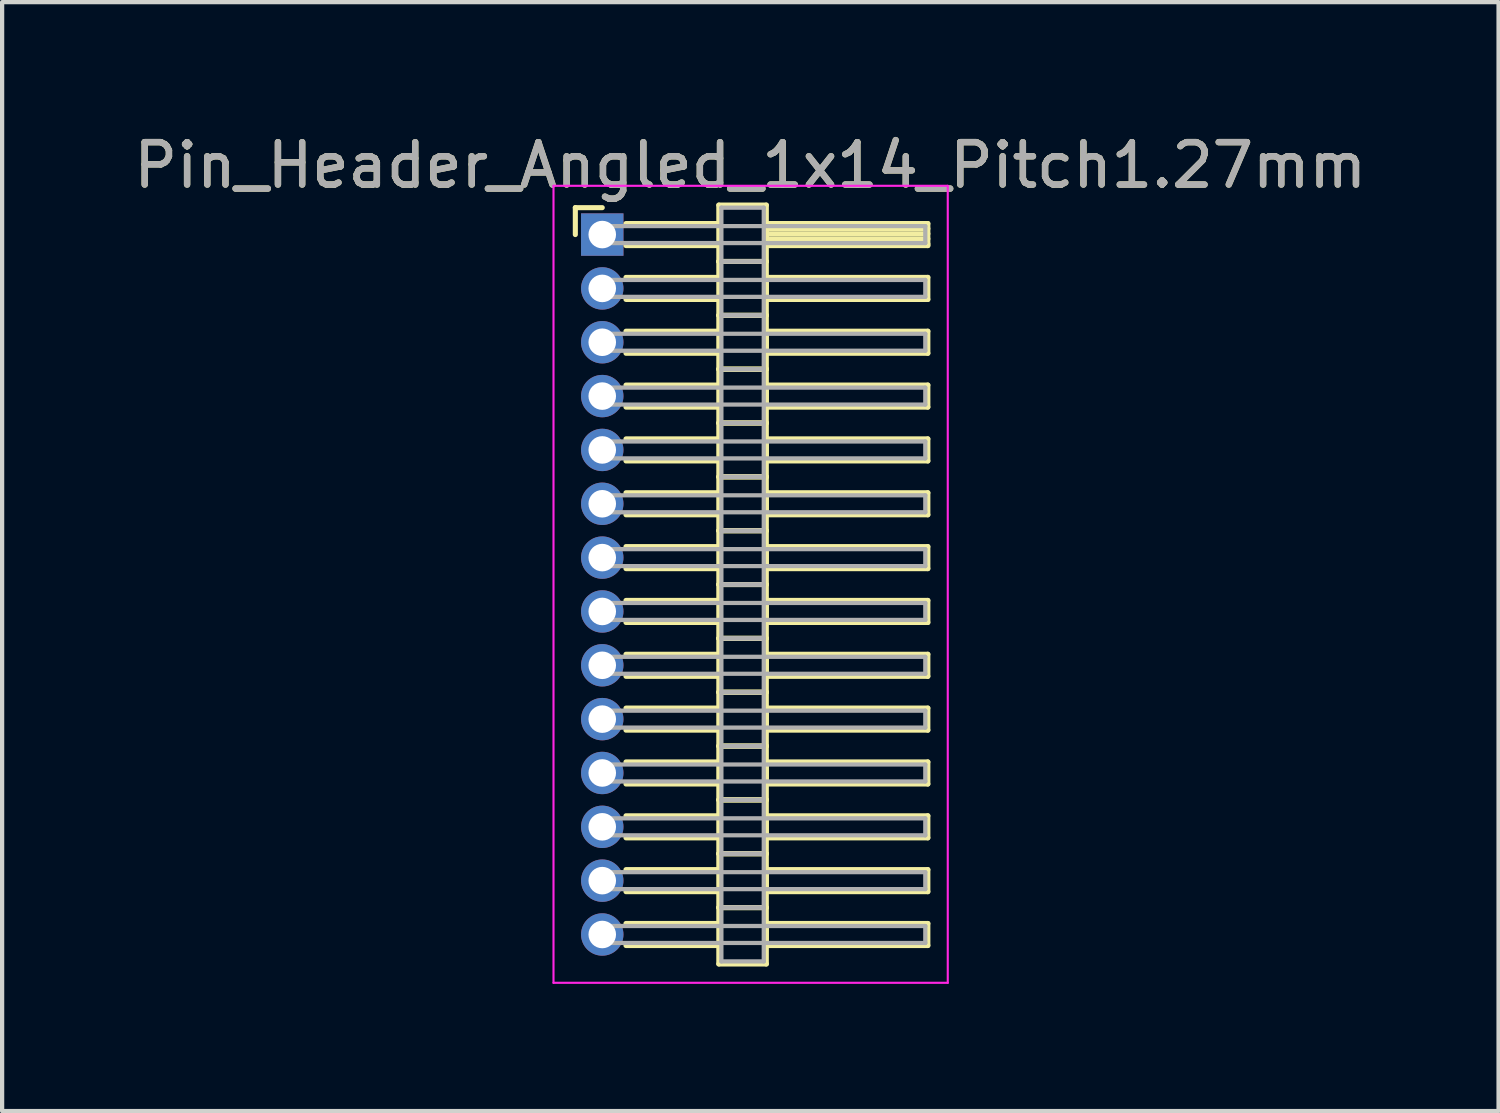
<source format=kicad_pcb>
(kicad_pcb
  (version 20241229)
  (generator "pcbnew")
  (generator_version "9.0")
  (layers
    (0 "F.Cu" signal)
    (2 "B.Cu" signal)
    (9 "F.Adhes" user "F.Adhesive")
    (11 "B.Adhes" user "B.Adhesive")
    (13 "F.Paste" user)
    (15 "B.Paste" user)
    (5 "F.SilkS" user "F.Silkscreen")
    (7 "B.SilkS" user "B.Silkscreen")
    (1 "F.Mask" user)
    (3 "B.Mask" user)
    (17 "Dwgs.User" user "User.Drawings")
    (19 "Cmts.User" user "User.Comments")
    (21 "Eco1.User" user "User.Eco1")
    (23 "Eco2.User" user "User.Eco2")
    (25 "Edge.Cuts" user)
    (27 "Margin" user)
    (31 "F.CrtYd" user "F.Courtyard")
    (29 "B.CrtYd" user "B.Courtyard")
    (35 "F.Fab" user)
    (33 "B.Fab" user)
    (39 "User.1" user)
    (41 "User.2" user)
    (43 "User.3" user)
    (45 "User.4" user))
  (footprint "Pin_Header_Angled_1x14_Pitch1.27mm"
    (layer "F.Cu")
    (at 11.156 2.483)
    (property "Reference" "Pin_Header_Angled_1x14_Pitch1.27mm" (at 3.493 -1.635 0) (layer "F.SilkS") (effects (font (size 1 1) (thickness 0.15))))
    (attr through_hole)
    (fp_line (start -0.635 -0.635) (end 0 -0.635) (stroke (width 0.12) (type solid)) (layer "F.SilkS"))
    (fp_line (start -0.635 0) (end -0.635 -0.635) (stroke (width 0.12) (type solid)) (layer "F.SilkS"))
    (fp_line (start 0.56 -0.26) (end 2.75 -0.26) (stroke (width 0.12) (type solid)) (layer "F.SilkS"))
    (fp_line (start 0.56 0.26) (end 2.75 0.26) (stroke (width 0.12) (type solid)) (layer "F.SilkS"))
    (fp_line (start 0.56 1.01) (end 2.75 1.01) (stroke (width 0.12) (type solid)) (layer "F.SilkS"))
    (fp_line (start 0.56 1.53) (end 2.75 1.53) (stroke (width 0.12) (type solid)) (layer "F.SilkS"))
    (fp_line (start 0.56 2.28) (end 2.75 2.28) (stroke (width 0.12) (type solid)) (layer "F.SilkS"))
    (fp_line (start 0.56 2.8) (end 2.75 2.8) (stroke (width 0.12) (type solid)) (layer "F.SilkS"))
    (fp_line (start 0.56 3.55) (end 2.75 3.55) (stroke (width 0.12) (type solid)) (layer "F.SilkS"))
    (fp_line (start 0.56 4.07) (end 2.75 4.07) (stroke (width 0.12) (type solid)) (layer "F.SilkS"))
    (fp_line (start 0.56 4.82) (end 2.75 4.82) (stroke (width 0.12) (type solid)) (layer "F.SilkS"))
    (fp_line (start 0.56 5.34) (end 2.75 5.34) (stroke (width 0.12) (type solid)) (layer "F.SilkS"))
    (fp_line (start 0.56 6.09) (end 2.75 6.09) (stroke (width 0.12) (type solid)) (layer "F.SilkS"))
    (fp_line (start 0.56 6.61) (end 2.75 6.61) (stroke (width 0.12) (type solid)) (layer "F.SilkS"))
    (fp_line (start 0.56 7.36) (end 2.75 7.36) (stroke (width 0.12) (type solid)) (layer "F.SilkS"))
    (fp_line (start 0.56 7.88) (end 2.75 7.88) (stroke (width 0.12) (type solid)) (layer "F.SilkS"))
    (fp_line (start 0.56 8.63) (end 2.75 8.63) (stroke (width 0.12) (type solid)) (layer "F.SilkS"))
    (fp_line (start 0.56 9.15) (end 2.75 9.15) (stroke (width 0.12) (type solid)) (layer "F.SilkS"))
    (fp_line (start 0.56 9.9) (end 2.75 9.9) (stroke (width 0.12) (type solid)) (layer "F.SilkS"))
    (fp_line (start 0.56 10.42) (end 2.75 10.42) (stroke (width 0.12) (type solid)) (layer "F.SilkS"))
    (fp_line (start 0.56 11.17) (end 2.75 11.17) (stroke (width 0.12) (type solid)) (layer "F.SilkS"))
    (fp_line (start 0.56 11.69) (end 2.75 11.69) (stroke (width 0.12) (type solid)) (layer "F.SilkS"))
    (fp_line (start 0.56 12.44) (end 2.75 12.44) (stroke (width 0.12) (type solid)) (layer "F.SilkS"))
    (fp_line (start 0.56 12.96) (end 2.75 12.96) (stroke (width 0.12) (type solid)) (layer "F.SilkS"))
    (fp_line (start 0.56 13.71) (end 2.75 13.71) (stroke (width 0.12) (type solid)) (layer "F.SilkS"))
    (fp_line (start 0.56 14.23) (end 2.75 14.23) (stroke (width 0.12) (type solid)) (layer "F.SilkS"))
    (fp_line (start 0.56 14.98) (end 2.75 14.98) (stroke (width 0.12) (type solid)) (layer "F.SilkS"))
    (fp_line (start 0.56 15.5) (end 2.75 15.5) (stroke (width 0.12) (type solid)) (layer "F.SilkS"))
    (fp_line (start 0.56 16.25) (end 2.75 16.25) (stroke (width 0.12) (type solid)) (layer "F.SilkS"))
    (fp_line (start 0.56 16.77) (end 2.75 16.77) (stroke (width 0.12) (type solid)) (layer "F.SilkS"))
    (fp_line (start 2.75 -0.695) (end 2.75 0.635) (stroke (width 0.12) (type solid)) (layer "F.SilkS"))
    (fp_line (start 2.75 0.635) (end 2.75 1.905) (stroke (width 0.12) (type solid)) (layer "F.SilkS"))
    (fp_line (start 2.75 0.635) (end 3.87 0.635) (stroke (width 0.12) (type solid)) (layer "F.SilkS"))
    (fp_line (start 2.75 1.905) (end 2.75 3.175) (stroke (width 0.12) (type solid)) (layer "F.SilkS"))
    (fp_line (start 2.75 1.905) (end 3.87 1.905) (stroke (width 0.12) (type solid)) (layer "F.SilkS"))
    (fp_line (start 2.75 3.175) (end 2.75 4.445) (stroke (width 0.12) (type solid)) (layer "F.SilkS"))
    (fp_line (start 2.75 3.175) (end 3.87 3.175) (stroke (width 0.12) (type solid)) (layer "F.SilkS"))
    (fp_line (start 2.75 4.445) (end 2.75 5.715) (stroke (width 0.12) (type solid)) (layer "F.SilkS"))
    (fp_line (start 2.75 4.445) (end 3.87 4.445) (stroke (width 0.12) (type solid)) (layer "F.SilkS"))
    (fp_line (start 2.75 5.715) (end 2.75 6.985) (stroke (width 0.12) (type solid)) (layer "F.SilkS"))
    (fp_line (start 2.75 5.715) (end 3.87 5.715) (stroke (width 0.12) (type solid)) (layer "F.SilkS"))
    (fp_line (start 2.75 6.985) (end 2.75 8.255) (stroke (width 0.12) (type solid)) (layer "F.SilkS"))
    (fp_line (start 2.75 6.985) (end 3.87 6.985) (stroke (width 0.12) (type solid)) (layer "F.SilkS"))
    (fp_line (start 2.75 8.255) (end 2.75 9.525) (stroke (width 0.12) (type solid)) (layer "F.SilkS"))
    (fp_line (start 2.75 8.255) (end 3.87 8.255) (stroke (width 0.12) (type solid)) (layer "F.SilkS"))
    (fp_line (start 2.75 9.525) (end 2.75 10.795) (stroke (width 0.12) (type solid)) (layer "F.SilkS"))
    (fp_line (start 2.75 9.525) (end 3.87 9.525) (stroke (width 0.12) (type solid)) (layer "F.SilkS"))
    (fp_line (start 2.75 10.795) (end 2.75 12.065) (stroke (width 0.12) (type solid)) (layer "F.SilkS"))
    (fp_line (start 2.75 10.795) (end 3.87 10.795) (stroke (width 0.12) (type solid)) (layer "F.SilkS"))
    (fp_line (start 2.75 12.065) (end 2.75 13.335) (stroke (width 0.12) (type solid)) (layer "F.SilkS"))
    (fp_line (start 2.75 12.065) (end 3.87 12.065) (stroke (width 0.12) (type solid)) (layer "F.SilkS"))
    (fp_line (start 2.75 13.335) (end 2.75 14.605) (stroke (width 0.12) (type solid)) (layer "F.SilkS"))
    (fp_line (start 2.75 13.335) (end 3.87 13.335) (stroke (width 0.12) (type solid)) (layer "F.SilkS"))
    (fp_line (start 2.75 14.605) (end 2.75 15.875) (stroke (width 0.12) (type solid)) (layer "F.SilkS"))
    (fp_line (start 2.75 14.605) (end 3.87 14.605) (stroke (width 0.12) (type solid)) (layer "F.SilkS"))
    (fp_line (start 2.75 15.875) (end 2.75 17.205) (stroke (width 0.12) (type solid)) (layer "F.SilkS"))
    (fp_line (start 2.75 15.875) (end 3.87 15.875) (stroke (width 0.12) (type solid)) (layer "F.SilkS"))
    (fp_line (start 2.75 17.205) (end 3.87 17.205) (stroke (width 0.12) (type solid)) (layer "F.SilkS"))
    (fp_line (start 3.87 -0.695) (end 2.75 -0.695) (stroke (width 0.12) (type solid)) (layer "F.SilkS"))
    (fp_line (start 3.87 -0.26) (end 3.87 0.26) (stroke (width 0.12) (type solid)) (layer "F.SilkS"))
    (fp_line (start 3.87 -0.14) (end 7.68 -0.14) (stroke (width 0.12) (type solid)) (layer "F.SilkS"))
    (fp_line (start 3.87 -0.02) (end 7.68 -0.02) (stroke (width 0.12) (type solid)) (layer "F.SilkS"))
    (fp_line (start 3.87 0.1) (end 7.68 0.1) (stroke (width 0.12) (type solid)) (layer "F.SilkS"))
    (fp_line (start 3.87 0.22) (end 7.68 0.22) (stroke (width 0.12) (type solid)) (layer "F.SilkS"))
    (fp_line (start 3.87 0.26) (end 7.68 0.26) (stroke (width 0.12) (type solid)) (layer "F.SilkS"))
    (fp_line (start 3.87 0.635) (end 2.75 0.635) (stroke (width 0.12) (type solid)) (layer "F.SilkS"))
    (fp_line (start 3.87 0.635) (end 3.87 -0.695) (stroke (width 0.12) (type solid)) (layer "F.SilkS"))
    (fp_line (start 3.87 1.01) (end 3.87 1.53) (stroke (width 0.12) (type solid)) (layer "F.SilkS"))
    (fp_line (start 3.87 1.53) (end 7.68 1.53) (stroke (width 0.12) (type solid)) (layer "F.SilkS"))
    (fp_line (start 3.87 1.905) (end 2.75 1.905) (stroke (width 0.12) (type solid)) (layer "F.SilkS"))
    (fp_line (start 3.87 1.905) (end 3.87 0.635) (stroke (width 0.12) (type solid)) (layer "F.SilkS"))
    (fp_line (start 3.87 2.28) (end 3.87 2.8) (stroke (width 0.12) (type solid)) (layer "F.SilkS"))
    (fp_line (start 3.87 2.8) (end 7.68 2.8) (stroke (width 0.12) (type solid)) (layer "F.SilkS"))
    (fp_line (start 3.87 3.175) (end 2.75 3.175) (stroke (width 0.12) (type solid)) (layer "F.SilkS"))
    (fp_line (start 3.87 3.175) (end 3.87 1.905) (stroke (width 0.12) (type solid)) (layer "F.SilkS"))
    (fp_line (start 3.87 3.55) (end 3.87 4.07) (stroke (width 0.12) (type solid)) (layer "F.SilkS"))
    (fp_line (start 3.87 4.07) (end 7.68 4.07) (stroke (width 0.12) (type solid)) (layer "F.SilkS"))
    (fp_line (start 3.87 4.445) (end 2.75 4.445) (stroke (width 0.12) (type solid)) (layer "F.SilkS"))
    (fp_line (start 3.87 4.445) (end 3.87 3.175) (stroke (width 0.12) (type solid)) (layer "F.SilkS"))
    (fp_line (start 3.87 4.82) (end 3.87 5.34) (stroke (width 0.12) (type solid)) (layer "F.SilkS"))
    (fp_line (start 3.87 5.34) (end 7.68 5.34) (stroke (width 0.12) (type solid)) (layer "F.SilkS"))
    (fp_line (start 3.87 5.715) (end 2.75 5.715) (stroke (width 0.12) (type solid)) (layer "F.SilkS"))
    (fp_line (start 3.87 5.715) (end 3.87 4.445) (stroke (width 0.12) (type solid)) (layer "F.SilkS"))
    (fp_line (start 3.87 6.09) (end 3.87 6.61) (stroke (width 0.12) (type solid)) (layer "F.SilkS"))
    (fp_line (start 3.87 6.61) (end 7.68 6.61) (stroke (width 0.12) (type solid)) (layer "F.SilkS"))
    (fp_line (start 3.87 6.985) (end 2.75 6.985) (stroke (width 0.12) (type solid)) (layer "F.SilkS"))
    (fp_line (start 3.87 6.985) (end 3.87 5.715) (stroke (width 0.12) (type solid)) (layer "F.SilkS"))
    (fp_line (start 3.87 7.36) (end 3.87 7.88) (stroke (width 0.12) (type solid)) (layer "F.SilkS"))
    (fp_line (start 3.87 7.88) (end 7.68 7.88) (stroke (width 0.12) (type solid)) (layer "F.SilkS"))
    (fp_line (start 3.87 8.255) (end 2.75 8.255) (stroke (width 0.12) (type solid)) (layer "F.SilkS"))
    (fp_line (start 3.87 8.255) (end 3.87 6.985) (stroke (width 0.12) (type solid)) (layer "F.SilkS"))
    (fp_line (start 3.87 8.63) (end 3.87 9.15) (stroke (width 0.12) (type solid)) (layer "F.SilkS"))
    (fp_line (start 3.87 9.15) (end 7.68 9.15) (stroke (width 0.12) (type solid)) (layer "F.SilkS"))
    (fp_line (start 3.87 9.525) (end 2.75 9.525) (stroke (width 0.12) (type solid)) (layer "F.SilkS"))
    (fp_line (start 3.87 9.525) (end 3.87 8.255) (stroke (width 0.12) (type solid)) (layer "F.SilkS"))
    (fp_line (start 3.87 9.9) (end 3.87 10.42) (stroke (width 0.12) (type solid)) (layer "F.SilkS"))
    (fp_line (start 3.87 10.42) (end 7.68 10.42) (stroke (width 0.12) (type solid)) (layer "F.SilkS"))
    (fp_line (start 3.87 10.795) (end 2.75 10.795) (stroke (width 0.12) (type solid)) (layer "F.SilkS"))
    (fp_line (start 3.87 10.795) (end 3.87 9.525) (stroke (width 0.12) (type solid)) (layer "F.SilkS"))
    (fp_line (start 3.87 11.17) (end 3.87 11.69) (stroke (width 0.12) (type solid)) (layer "F.SilkS"))
    (fp_line (start 3.87 11.69) (end 7.68 11.69) (stroke (width 0.12) (type solid)) (layer "F.SilkS"))
    (fp_line (start 3.87 12.065) (end 2.75 12.065) (stroke (width 0.12) (type solid)) (layer "F.SilkS"))
    (fp_line (start 3.87 12.065) (end 3.87 10.795) (stroke (width 0.12) (type solid)) (layer "F.SilkS"))
    (fp_line (start 3.87 12.44) (end 3.87 12.96) (stroke (width 0.12) (type solid)) (layer "F.SilkS"))
    (fp_line (start 3.87 12.96) (end 7.68 12.96) (stroke (width 0.12) (type solid)) (layer "F.SilkS"))
    (fp_line (start 3.87 13.335) (end 2.75 13.335) (stroke (width 0.12) (type solid)) (layer "F.SilkS"))
    (fp_line (start 3.87 13.335) (end 3.87 12.065) (stroke (width 0.12) (type solid)) (layer "F.SilkS"))
    (fp_line (start 3.87 13.71) (end 3.87 14.23) (stroke (width 0.12) (type solid)) (layer "F.SilkS"))
    (fp_line (start 3.87 14.23) (end 7.68 14.23) (stroke (width 0.12) (type solid)) (layer "F.SilkS"))
    (fp_line (start 3.87 14.605) (end 2.75 14.605) (stroke (width 0.12) (type solid)) (layer "F.SilkS"))
    (fp_line (start 3.87 14.605) (end 3.87 13.335) (stroke (width 0.12) (type solid)) (layer "F.SilkS"))
    (fp_line (start 3.87 14.98) (end 3.87 15.5) (stroke (width 0.12) (type solid)) (layer "F.SilkS"))
    (fp_line (start 3.87 15.5) (end 7.68 15.5) (stroke (width 0.12) (type solid)) (layer "F.SilkS"))
    (fp_line (start 3.87 15.875) (end 2.75 15.875) (stroke (width 0.12) (type solid)) (layer "F.SilkS"))
    (fp_line (start 3.87 15.875) (end 3.87 14.605) (stroke (width 0.12) (type solid)) (layer "F.SilkS"))
    (fp_line (start 3.87 16.25) (end 3.87 16.77) (stroke (width 0.12) (type solid)) (layer "F.SilkS"))
    (fp_line (start 3.87 16.77) (end 7.68 16.77) (stroke (width 0.12) (type solid)) (layer "F.SilkS"))
    (fp_line (start 3.87 17.205) (end 3.87 15.875) (stroke (width 0.12) (type solid)) (layer "F.SilkS"))
    (fp_line (start 7.68 -0.26) (end 3.87 -0.26) (stroke (width 0.12) (type solid)) (layer "F.SilkS"))
    (fp_line (start 7.68 0.26) (end 7.68 -0.26) (stroke (width 0.12) (type solid)) (layer "F.SilkS"))
    (fp_line (start 7.68 1.01) (end 3.87 1.01) (stroke (width 0.12) (type solid)) (layer "F.SilkS"))
    (fp_line (start 7.68 1.53) (end 7.68 1.01) (stroke (width 0.12) (type solid)) (layer "F.SilkS"))
    (fp_line (start 7.68 2.28) (end 3.87 2.28) (stroke (width 0.12) (type solid)) (layer "F.SilkS"))
    (fp_line (start 7.68 2.8) (end 7.68 2.28) (stroke (width 0.12) (type solid)) (layer "F.SilkS"))
    (fp_line (start 7.68 3.55) (end 3.87 3.55) (stroke (width 0.12) (type solid)) (layer "F.SilkS"))
    (fp_line (start 7.68 4.07) (end 7.68 3.55) (stroke (width 0.12) (type solid)) (layer "F.SilkS"))
    (fp_line (start 7.68 4.82) (end 3.87 4.82) (stroke (width 0.12) (type solid)) (layer "F.SilkS"))
    (fp_line (start 7.68 5.34) (end 7.68 4.82) (stroke (width 0.12) (type solid)) (layer "F.SilkS"))
    (fp_line (start 7.68 6.09) (end 3.87 6.09) (stroke (width 0.12) (type solid)) (layer "F.SilkS"))
    (fp_line (start 7.68 6.61) (end 7.68 6.09) (stroke (width 0.12) (type solid)) (layer "F.SilkS"))
    (fp_line (start 7.68 7.36) (end 3.87 7.36) (stroke (width 0.12) (type solid)) (layer "F.SilkS"))
    (fp_line (start 7.68 7.88) (end 7.68 7.36) (stroke (width 0.12) (type solid)) (layer "F.SilkS"))
    (fp_line (start 7.68 8.63) (end 3.87 8.63) (stroke (width 0.12) (type solid)) (layer "F.SilkS"))
    (fp_line (start 7.68 9.15) (end 7.68 8.63) (stroke (width 0.12) (type solid)) (layer "F.SilkS"))
    (fp_line (start 7.68 9.9) (end 3.87 9.9) (stroke (width 0.12) (type solid)) (layer "F.SilkS"))
    (fp_line (start 7.68 10.42) (end 7.68 9.9) (stroke (width 0.12) (type solid)) (layer "F.SilkS"))
    (fp_line (start 7.68 11.17) (end 3.87 11.17) (stroke (width 0.12) (type solid)) (layer "F.SilkS"))
    (fp_line (start 7.68 11.69) (end 7.68 11.17) (stroke (width 0.12) (type solid)) (layer "F.SilkS"))
    (fp_line (start 7.68 12.44) (end 3.87 12.44) (stroke (width 0.12) (type solid)) (layer "F.SilkS"))
    (fp_line (start 7.68 12.96) (end 7.68 12.44) (stroke (width 0.12) (type solid)) (layer "F.SilkS"))
    (fp_line (start 7.68 13.71) (end 3.87 13.71) (stroke (width 0.12) (type solid)) (layer "F.SilkS"))
    (fp_line (start 7.68 14.23) (end 7.68 13.71) (stroke (width 0.12) (type solid)) (layer "F.SilkS"))
    (fp_line (start 7.68 14.98) (end 3.87 14.98) (stroke (width 0.12) (type solid)) (layer "F.SilkS"))
    (fp_line (start 7.68 15.5) (end 7.68 14.98) (stroke (width 0.12) (type solid)) (layer "F.SilkS"))
    (fp_line (start 7.68 16.25) (end 3.87 16.25) (stroke (width 0.12) (type solid)) (layer "F.SilkS"))
    (fp_line (start 7.68 16.77) (end 7.68 16.25) (stroke (width 0.12) (type solid)) (layer "F.SilkS"))
    (fp_line (start -1.15 -1.15) (end -1.15 17.65) (stroke (width 0.05) (type solid)) (layer "F.CrtYd"))
    (fp_line (start -1.15 17.65) (end 8.15 17.65) (stroke (width 0.05) (type solid)) (layer "F.CrtYd"))
    (fp_line (start 8.15 -1.15) (end -1.15 -1.15) (stroke (width 0.05) (type solid)) (layer "F.CrtYd"))
    (fp_line (start 8.15 17.65) (end 8.15 -1.15) (stroke (width 0.05) (type solid)) (layer "F.CrtYd"))
    (fp_line (start 0 -0.2) (end 0 0.2) (stroke (width 0.1) (type solid)) (layer "F.Fab"))
    (fp_line (start 0 0.2) (end 7.62 0.2) (stroke (width 0.1) (type solid)) (layer "F.Fab"))
    (fp_line (start 0 1.07) (end 0 1.47) (stroke (width 0.1) (type solid)) (layer "F.Fab"))
    (fp_line (start 0 1.47) (end 7.62 1.47) (stroke (width 0.1) (type solid)) (layer "F.Fab"))
    (fp_line (start 0 2.34) (end 0 2.74) (stroke (width 0.1) (type solid)) (layer "F.Fab"))
    (fp_line (start 0 2.74) (end 7.62 2.74) (stroke (width 0.1) (type solid)) (layer "F.Fab"))
    (fp_line (start 0 3.61) (end 0 4.01) (stroke (width 0.1) (type solid)) (layer "F.Fab"))
    (fp_line (start 0 4.01) (end 7.62 4.01) (stroke (width 0.1) (type solid)) (layer "F.Fab"))
    (fp_line (start 0 4.88) (end 0 5.28) (stroke (width 0.1) (type solid)) (layer "F.Fab"))
    (fp_line (start 0 5.28) (end 7.62 5.28) (stroke (width 0.1) (type solid)) (layer "F.Fab"))
    (fp_line (start 0 6.15) (end 0 6.55) (stroke (width 0.1) (type solid)) (layer "F.Fab"))
    (fp_line (start 0 6.55) (end 7.62 6.55) (stroke (width 0.1) (type solid)) (layer "F.Fab"))
    (fp_line (start 0 7.42) (end 0 7.82) (stroke (width 0.1) (type solid)) (layer "F.Fab"))
    (fp_line (start 0 7.82) (end 7.62 7.82) (stroke (width 0.1) (type solid)) (layer "F.Fab"))
    (fp_line (start 0 8.69) (end 0 9.09) (stroke (width 0.1) (type solid)) (layer "F.Fab"))
    (fp_line (start 0 9.09) (end 7.62 9.09) (stroke (width 0.1) (type solid)) (layer "F.Fab"))
    (fp_line (start 0 9.96) (end 0 10.36) (stroke (width 0.1) (type solid)) (layer "F.Fab"))
    (fp_line (start 0 10.36) (end 7.62 10.36) (stroke (width 0.1) (type solid)) (layer "F.Fab"))
    (fp_line (start 0 11.23) (end 0 11.63) (stroke (width 0.1) (type solid)) (layer "F.Fab"))
    (fp_line (start 0 11.63) (end 7.62 11.63) (stroke (width 0.1) (type solid)) (layer "F.Fab"))
    (fp_line (start 0 12.5) (end 0 12.9) (stroke (width 0.1) (type solid)) (layer "F.Fab"))
    (fp_line (start 0 12.9) (end 7.62 12.9) (stroke (width 0.1) (type solid)) (layer "F.Fab"))
    (fp_line (start 0 13.77) (end 0 14.17) (stroke (width 0.1) (type solid)) (layer "F.Fab"))
    (fp_line (start 0 14.17) (end 7.62 14.17) (stroke (width 0.1) (type solid)) (layer "F.Fab"))
    (fp_line (start 0 15.04) (end 0 15.44) (stroke (width 0.1) (type solid)) (layer "F.Fab"))
    (fp_line (start 0 15.44) (end 7.62 15.44) (stroke (width 0.1) (type solid)) (layer "F.Fab"))
    (fp_line (start 0 16.31) (end 0 16.71) (stroke (width 0.1) (type solid)) (layer "F.Fab"))
    (fp_line (start 0 16.71) (end 7.62 16.71) (stroke (width 0.1) (type solid)) (layer "F.Fab"))
    (fp_line (start 2.81 -0.635) (end 2.81 0.635) (stroke (width 0.1) (type solid)) (layer "F.Fab"))
    (fp_line (start 2.81 0.635) (end 2.81 1.905) (stroke (width 0.1) (type solid)) (layer "F.Fab"))
    (fp_line (start 2.81 0.635) (end 3.81 0.635) (stroke (width 0.1) (type solid)) (layer "F.Fab"))
    (fp_line (start 2.81 1.905) (end 2.81 3.175) (stroke (width 0.1) (type solid)) (layer "F.Fab"))
    (fp_line (start 2.81 1.905) (end 3.81 1.905) (stroke (width 0.1) (type solid)) (layer "F.Fab"))
    (fp_line (start 2.81 3.175) (end 2.81 4.445) (stroke (width 0.1) (type solid)) (layer "F.Fab"))
    (fp_line (start 2.81 3.175) (end 3.81 3.175) (stroke (width 0.1) (type solid)) (layer "F.Fab"))
    (fp_line (start 2.81 4.445) (end 2.81 5.715) (stroke (width 0.1) (type solid)) (layer "F.Fab"))
    (fp_line (start 2.81 4.445) (end 3.81 4.445) (stroke (width 0.1) (type solid)) (layer "F.Fab"))
    (fp_line (start 2.81 5.715) (end 2.81 6.985) (stroke (width 0.1) (type solid)) (layer "F.Fab"))
    (fp_line (start 2.81 5.715) (end 3.81 5.715) (stroke (width 0.1) (type solid)) (layer "F.Fab"))
    (fp_line (start 2.81 6.985) (end 2.81 8.255) (stroke (width 0.1) (type solid)) (layer "F.Fab"))
    (fp_line (start 2.81 6.985) (end 3.81 6.985) (stroke (width 0.1) (type solid)) (layer "F.Fab"))
    (fp_line (start 2.81 8.255) (end 2.81 9.525) (stroke (width 0.1) (type solid)) (layer "F.Fab"))
    (fp_line (start 2.81 8.255) (end 3.81 8.255) (stroke (width 0.1) (type solid)) (layer "F.Fab"))
    (fp_line (start 2.81 9.525) (end 2.81 10.795) (stroke (width 0.1) (type solid)) (layer "F.Fab"))
    (fp_line (start 2.81 9.525) (end 3.81 9.525) (stroke (width 0.1) (type solid)) (layer "F.Fab"))
    (fp_line (start 2.81 10.795) (end 2.81 12.065) (stroke (width 0.1) (type solid)) (layer "F.Fab"))
    (fp_line (start 2.81 10.795) (end 3.81 10.795) (stroke (width 0.1) (type solid)) (layer "F.Fab"))
    (fp_line (start 2.81 12.065) (end 2.81 13.335) (stroke (width 0.1) (type solid)) (layer "F.Fab"))
    (fp_line (start 2.81 12.065) (end 3.81 12.065) (stroke (width 0.1) (type solid)) (layer "F.Fab"))
    (fp_line (start 2.81 13.335) (end 2.81 14.605) (stroke (width 0.1) (type solid)) (layer "F.Fab"))
    (fp_line (start 2.81 13.335) (end 3.81 13.335) (stroke (width 0.1) (type solid)) (layer "F.Fab"))
    (fp_line (start 2.81 14.605) (end 2.81 15.875) (stroke (width 0.1) (type solid)) (layer "F.Fab"))
    (fp_line (start 2.81 14.605) (end 3.81 14.605) (stroke (width 0.1) (type solid)) (layer "F.Fab"))
    (fp_line (start 2.81 15.875) (end 2.81 17.145) (stroke (width 0.1) (type solid)) (layer "F.Fab"))
    (fp_line (start 2.81 15.875) (end 3.81 15.875) (stroke (width 0.1) (type solid)) (layer "F.Fab"))
    (fp_line (start 2.81 17.145) (end 3.81 17.145) (stroke (width 0.1) (type solid)) (layer "F.Fab"))
    (fp_line (start 3.81 -0.635) (end 2.81 -0.635) (stroke (width 0.1) (type solid)) (layer "F.Fab"))
    (fp_line (start 3.81 0.635) (end 2.81 0.635) (stroke (width 0.1) (type solid)) (layer "F.Fab"))
    (fp_line (start 3.81 0.635) (end 3.81 -0.635) (stroke (width 0.1) (type solid)) (layer "F.Fab"))
    (fp_line (start 3.81 1.905) (end 2.81 1.905) (stroke (width 0.1) (type solid)) (layer "F.Fab"))
    (fp_line (start 3.81 1.905) (end 3.81 0.635) (stroke (width 0.1) (type solid)) (layer "F.Fab"))
    (fp_line (start 3.81 3.175) (end 2.81 3.175) (stroke (width 0.1) (type solid)) (layer "F.Fab"))
    (fp_line (start 3.81 3.175) (end 3.81 1.905) (stroke (width 0.1) (type solid)) (layer "F.Fab"))
    (fp_line (start 3.81 4.445) (end 2.81 4.445) (stroke (width 0.1) (type solid)) (layer "F.Fab"))
    (fp_line (start 3.81 4.445) (end 3.81 3.175) (stroke (width 0.1) (type solid)) (layer "F.Fab"))
    (fp_line (start 3.81 5.715) (end 2.81 5.715) (stroke (width 0.1) (type solid)) (layer "F.Fab"))
    (fp_line (start 3.81 5.715) (end 3.81 4.445) (stroke (width 0.1) (type solid)) (layer "F.Fab"))
    (fp_line (start 3.81 6.985) (end 2.81 6.985) (stroke (width 0.1) (type solid)) (layer "F.Fab"))
    (fp_line (start 3.81 6.985) (end 3.81 5.715) (stroke (width 0.1) (type solid)) (layer "F.Fab"))
    (fp_line (start 3.81 8.255) (end 2.81 8.255) (stroke (width 0.1) (type solid)) (layer "F.Fab"))
    (fp_line (start 3.81 8.255) (end 3.81 6.985) (stroke (width 0.1) (type solid)) (layer "F.Fab"))
    (fp_line (start 3.81 9.525) (end 2.81 9.525) (stroke (width 0.1) (type solid)) (layer "F.Fab"))
    (fp_line (start 3.81 9.525) (end 3.81 8.255) (stroke (width 0.1) (type solid)) (layer "F.Fab"))
    (fp_line (start 3.81 10.795) (end 2.81 10.795) (stroke (width 0.1) (type solid)) (layer "F.Fab"))
    (fp_line (start 3.81 10.795) (end 3.81 9.525) (stroke (width 0.1) (type solid)) (layer "F.Fab"))
    (fp_line (start 3.81 12.065) (end 2.81 12.065) (stroke (width 0.1) (type solid)) (layer "F.Fab"))
    (fp_line (start 3.81 12.065) (end 3.81 10.795) (stroke (width 0.1) (type solid)) (layer "F.Fab"))
    (fp_line (start 3.81 13.335) (end 2.81 13.335) (stroke (width 0.1) (type solid)) (layer "F.Fab"))
    (fp_line (start 3.81 13.335) (end 3.81 12.065) (stroke (width 0.1) (type solid)) (layer "F.Fab"))
    (fp_line (start 3.81 14.605) (end 2.81 14.605) (stroke (width 0.1) (type solid)) (layer "F.Fab"))
    (fp_line (start 3.81 14.605) (end 3.81 13.335) (stroke (width 0.1) (type solid)) (layer "F.Fab"))
    (fp_line (start 3.81 15.875) (end 2.81 15.875) (stroke (width 0.1) (type solid)) (layer "F.Fab"))
    (fp_line (start 3.81 15.875) (end 3.81 14.605) (stroke (width 0.1) (type solid)) (layer "F.Fab"))
    (fp_line (start 3.81 17.145) (end 3.81 15.875) (stroke (width 0.1) (type solid)) (layer "F.Fab"))
    (fp_line (start 7.62 -0.2) (end 0 -0.2) (stroke (width 0.1) (type solid)) (layer "F.Fab"))
    (fp_line (start 7.62 0.2) (end 7.62 -0.2) (stroke (width 0.1) (type solid)) (layer "F.Fab"))
    (fp_line (start 7.62 1.07) (end 0 1.07) (stroke (width 0.1) (type solid)) (layer "F.Fab"))
    (fp_line (start 7.62 1.47) (end 7.62 1.07) (stroke (width 0.1) (type solid)) (layer "F.Fab"))
    (fp_line (start 7.62 2.34) (end 0 2.34) (stroke (width 0.1) (type solid)) (layer "F.Fab"))
    (fp_line (start 7.62 2.74) (end 7.62 2.34) (stroke (width 0.1) (type solid)) (layer "F.Fab"))
    (fp_line (start 7.62 3.61) (end 0 3.61) (stroke (width 0.1) (type solid)) (layer "F.Fab"))
    (fp_line (start 7.62 4.01) (end 7.62 3.61) (stroke (width 0.1) (type solid)) (layer "F.Fab"))
    (fp_line (start 7.62 4.88) (end 0 4.88) (stroke (width 0.1) (type solid)) (layer "F.Fab"))
    (fp_line (start 7.62 5.28) (end 7.62 4.88) (stroke (width 0.1) (type solid)) (layer "F.Fab"))
    (fp_line (start 7.62 6.15) (end 0 6.15) (stroke (width 0.1) (type solid)) (layer "F.Fab"))
    (fp_line (start 7.62 6.55) (end 7.62 6.15) (stroke (width 0.1) (type solid)) (layer "F.Fab"))
    (fp_line (start 7.62 7.42) (end 0 7.42) (stroke (width 0.1) (type solid)) (layer "F.Fab"))
    (fp_line (start 7.62 7.82) (end 7.62 7.42) (stroke (width 0.1) (type solid)) (layer "F.Fab"))
    (fp_line (start 7.62 8.69) (end 0 8.69) (stroke (width 0.1) (type solid)) (layer "F.Fab"))
    (fp_line (start 7.62 9.09) (end 7.62 8.69) (stroke (width 0.1) (type solid)) (layer "F.Fab"))
    (fp_line (start 7.62 9.96) (end 0 9.96) (stroke (width 0.1) (type solid)) (layer "F.Fab"))
    (fp_line (start 7.62 10.36) (end 7.62 9.96) (stroke (width 0.1) (type solid)) (layer "F.Fab"))
    (fp_line (start 7.62 11.23) (end 0 11.23) (stroke (width 0.1) (type solid)) (layer "F.Fab"))
    (fp_line (start 7.62 11.63) (end 7.62 11.23) (stroke (width 0.1) (type solid)) (layer "F.Fab"))
    (fp_line (start 7.62 12.5) (end 0 12.5) (stroke (width 0.1) (type solid)) (layer "F.Fab"))
    (fp_line (start 7.62 12.9) (end 7.62 12.5) (stroke (width 0.1) (type solid)) (layer "F.Fab"))
    (fp_line (start 7.62 13.77) (end 0 13.77) (stroke (width 0.1) (type solid)) (layer "F.Fab"))
    (fp_line (start 7.62 14.17) (end 7.62 13.77) (stroke (width 0.1) (type solid)) (layer "F.Fab"))
    (fp_line (start 7.62 15.04) (end 0 15.04) (stroke (width 0.1) (type solid)) (layer "F.Fab"))
    (fp_line (start 7.62 15.44) (end 7.62 15.04) (stroke (width 0.1) (type solid)) (layer "F.Fab"))
    (fp_line (start 7.62 16.31) (end 0 16.31) (stroke (width 0.1) (type solid)) (layer "F.Fab"))
    (fp_line (start 7.62 16.71) (end 7.62 16.31) (stroke (width 0.1) (type solid)) (layer "F.Fab"))
    (fp_text user "${REFERENCE}" (at 3.493 -1.635 0) (layer "F.Fab") (effects (font (size 1 1) (thickness 0.15))))
    (pad "1" thru_hole rect (at 0 0) (size 1 1) (drill 0.65) (layers "*.Cu" "*.Mask"))
    (pad "2" thru_hole oval (at 0 1.27) (size 1 1) (drill 0.65) (layers "*.Cu" "*.Mask"))
    (pad "3" thru_hole oval (at 0 2.54) (size 1 1) (drill 0.65) (layers "*.Cu" "*.Mask"))
    (pad "4" thru_hole oval (at 0 3.81) (size 1 1) (drill 0.65) (layers "*.Cu" "*.Mask"))
    (pad "5" thru_hole oval (at 0 5.08) (size 1 1) (drill 0.65) (layers "*.Cu" "*.Mask"))
    (pad "6" thru_hole oval (at 0 6.35) (size 1 1) (drill 0.65) (layers "*.Cu" "*.Mask"))
    (pad "7" thru_hole oval (at 0 7.62) (size 1 1) (drill 0.65) (layers "*.Cu" "*.Mask"))
    (pad "8" thru_hole oval (at 0 8.89) (size 1 1) (drill 0.65) (layers "*.Cu" "*.Mask"))
    (pad "9" thru_hole oval (at 0 10.16) (size 1 1) (drill 0.65) (layers "*.Cu" "*.Mask"))
    (pad "10" thru_hole oval (at 0 11.43) (size 1 1) (drill 0.65) (layers "*.Cu" "*.Mask"))
    (pad "11" thru_hole oval (at 0 12.7) (size 1 1) (drill 0.65) (layers "*.Cu" "*.Mask"))
    (pad "12" thru_hole oval (at 0 13.97) (size 1 1) (drill 0.65) (layers "*.Cu" "*.Mask"))
    (pad "13" thru_hole oval (at 0 15.24) (size 1 1) (drill 0.65) (layers "*.Cu" "*.Mask"))
    (pad "14" thru_hole oval (at 0 16.51) (size 1 1) (drill 0.65) (layers "*.Cu" "*.Mask")))
  (gr_rect
    (start -3 -3)
    (end 32.298 23.158)
    (stroke (width 0.1) (type default))
    (fill no)
    (layer "Edge.Cuts")))
</source>
